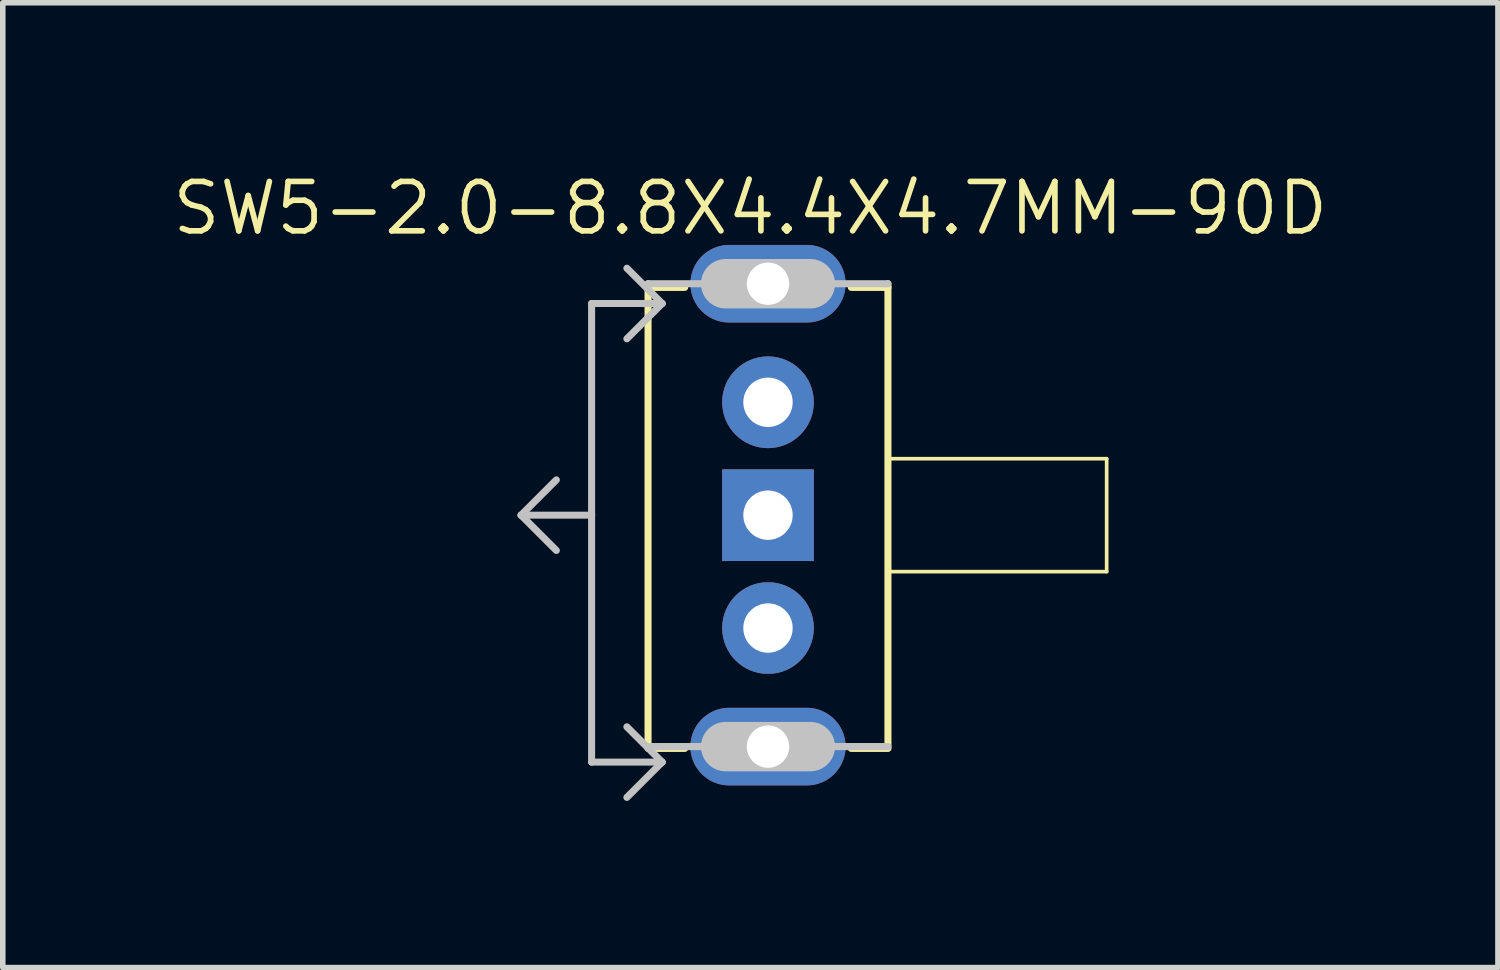
<source format=kicad_pcb>
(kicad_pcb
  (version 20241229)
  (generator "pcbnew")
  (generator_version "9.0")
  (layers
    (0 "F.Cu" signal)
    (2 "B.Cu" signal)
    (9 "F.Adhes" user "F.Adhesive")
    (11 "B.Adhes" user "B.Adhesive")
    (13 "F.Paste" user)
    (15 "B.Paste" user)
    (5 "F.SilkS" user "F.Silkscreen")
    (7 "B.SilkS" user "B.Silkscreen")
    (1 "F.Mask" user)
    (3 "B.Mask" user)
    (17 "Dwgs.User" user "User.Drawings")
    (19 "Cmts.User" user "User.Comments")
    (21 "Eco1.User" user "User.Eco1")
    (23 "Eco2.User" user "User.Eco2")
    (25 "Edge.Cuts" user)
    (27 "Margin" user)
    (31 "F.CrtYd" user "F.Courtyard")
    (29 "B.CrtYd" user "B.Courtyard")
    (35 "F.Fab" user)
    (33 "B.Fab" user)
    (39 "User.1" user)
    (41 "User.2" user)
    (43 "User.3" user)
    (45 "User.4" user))
  (footprint "SW5-2.0-8.8X4.4X4.7MM-90D"
    (layer "F.Cu")
    (at 10.774 6.223)
    (property "Reference" "SW5-2.0-8.8X4.4X4.7MM-90D" (at -0.318 -5.524 0) (layer "F.SilkS") (effects (font (size 0.889 0.889) (thickness 0.102))))
    (attr exclude_from_pos_files exclude_from_bom)
    (fp_line (start -2.159 -4.14) (end 2.159 -4.14) (stroke (width 0.066) (type solid)) (layer "F.SilkS"))
    (fp_line (start -2.159 -4.1) (end -1.499 -4.1) (stroke (width 0.127) (type solid)) (layer "F.SilkS"))
    (fp_line (start -2.159 4.14) (end -2.159 -4.14) (stroke (width 0.066) (type solid)) (layer "F.SilkS"))
    (fp_line (start -2.159 4.14) (end 2.159 4.14) (stroke (width 0.066) (type solid)) (layer "F.SilkS"))
    (fp_line (start -2.159 4.166) (end -2.159 -4.166) (stroke (width 0.127) (type solid)) (layer "F.SilkS"))
    (fp_line (start -2.159 4.199) (end -1.499 4.199) (stroke (width 0.127) (type solid)) (layer "F.SilkS"))
    (fp_line (start 2.159 -4.166) (end 2.159 4.166) (stroke (width 0.127) (type solid)) (layer "F.SilkS"))
    (fp_line (start 2.159 -4.1) (end 1.499 -4.1) (stroke (width 0.127) (type solid)) (layer "F.SilkS"))
    (fp_line (start 2.159 -1.016) (end 6.096 -1.016) (stroke (width 0.066) (type solid)) (layer "F.SilkS"))
    (fp_line (start 2.159 1.016) (end 2.159 -1.016) (stroke (width 0.066) (type solid)) (layer "F.SilkS"))
    (fp_line (start 2.159 1.016) (end 6.096 1.016) (stroke (width 0.066) (type solid)) (layer "F.SilkS"))
    (fp_line (start 2.159 4.14) (end 2.159 -4.14) (stroke (width 0.066) (type solid)) (layer "F.SilkS"))
    (fp_line (start 2.159 4.199) (end 1.499 4.199) (stroke (width 0.127) (type solid)) (layer "F.SilkS"))
    (fp_line (start 6.096 1.016) (end 6.096 -1.016) (stroke (width 0.066) (type solid)) (layer "F.SilkS"))
    (fp_line (start -4.445 0) (end -3.81 -0.635) (stroke (width 0.127) (type solid)) (layer "Dwgs.User"))
    (fp_line (start -4.445 0) (end -3.81 0.635) (stroke (width 0.127) (type solid)) (layer "Dwgs.User"))
    (fp_line (start -3.175 -3.81) (end -3.175 0) (stroke (width 0.127) (type solid)) (layer "Dwgs.User"))
    (fp_line (start -3.175 0) (end -4.445 0) (stroke (width 0.127) (type solid)) (layer "Dwgs.User"))
    (fp_line (start -3.175 0) (end -3.175 4.445) (stroke (width 0.127) (type solid)) (layer "Dwgs.User"))
    (fp_line (start -3.175 4.445) (end -1.905 4.445) (stroke (width 0.127) (type solid)) (layer "Dwgs.User"))
    (fp_line (start -2.159 -4.166) (end 2.159 -4.166) (stroke (width 0.127) (type solid)) (layer "Dwgs.User"))
    (fp_line (start -1.905 -3.81) (end -3.175 -3.81) (stroke (width 0.127) (type solid)) (layer "Dwgs.User"))
    (fp_line (start -1.905 -3.81) (end -2.54 -4.445) (stroke (width 0.127) (type solid)) (layer "Dwgs.User"))
    (fp_line (start -1.905 -3.81) (end -2.54 -3.175) (stroke (width 0.127) (type solid)) (layer "Dwgs.User"))
    (fp_line (start -1.905 4.445) (end -2.54 3.81) (stroke (width 0.127) (type solid)) (layer "Dwgs.User"))
    (fp_line (start -1.905 4.445) (end -2.54 5.08) (stroke (width 0.127) (type solid)) (layer "Dwgs.User"))
    (fp_line (start -0.762 -4.166) (end 0.762 -4.166) (stroke (width 0.889) (type solid)) (layer "Dwgs.User"))
    (fp_line (start -0.762 4.166) (end 0.762 4.166) (stroke (width 0.889) (type solid)) (layer "Dwgs.User"))
    (fp_line (start 2.159 4.166) (end -2.159 4.166) (stroke (width 0.127) (type solid)) (layer "Dwgs.User"))
    (fp_text user "" (at -5.309 0.457 90) (layer "F.SilkS") (effects (font (size 0.813 0.813) (thickness 0.076))))
    (pad "A" thru_hole circle (at 0 -2.032) (size 1.651 1.651) (drill 0.889) (layers "*.Cu" "*.Paste" "*.Mask"))
    (pad "B" thru_hole circle (at 0 2.032) (size 1.651 1.651) (drill 0.889) (layers "*.Cu" "*.Paste" "*.Mask"))
    (pad "COM" thru_hole rect (at 0 0) (size 1.651 1.651) (drill 0.889) (layers "*.Cu" "*.Paste" "*.Mask"))
    (pad "NC1" thru_hole oval (at 0 -4.166 90) (size 1.397 2.794) (drill 0.762) (layers "*.Cu" "*.Paste" "*.Mask"))
    (pad "NC2" thru_hole oval (at 0 4.166 90) (size 1.397 2.794) (drill 0.762) (layers "*.Cu" "*.Paste" "*.Mask")))
  (gr_rect
    (start -3 -3)
    (end 23.913 14.366)
    (stroke (width 0.1) (type default))
    (fill no)
    (layer "Edge.Cuts")))
</source>
